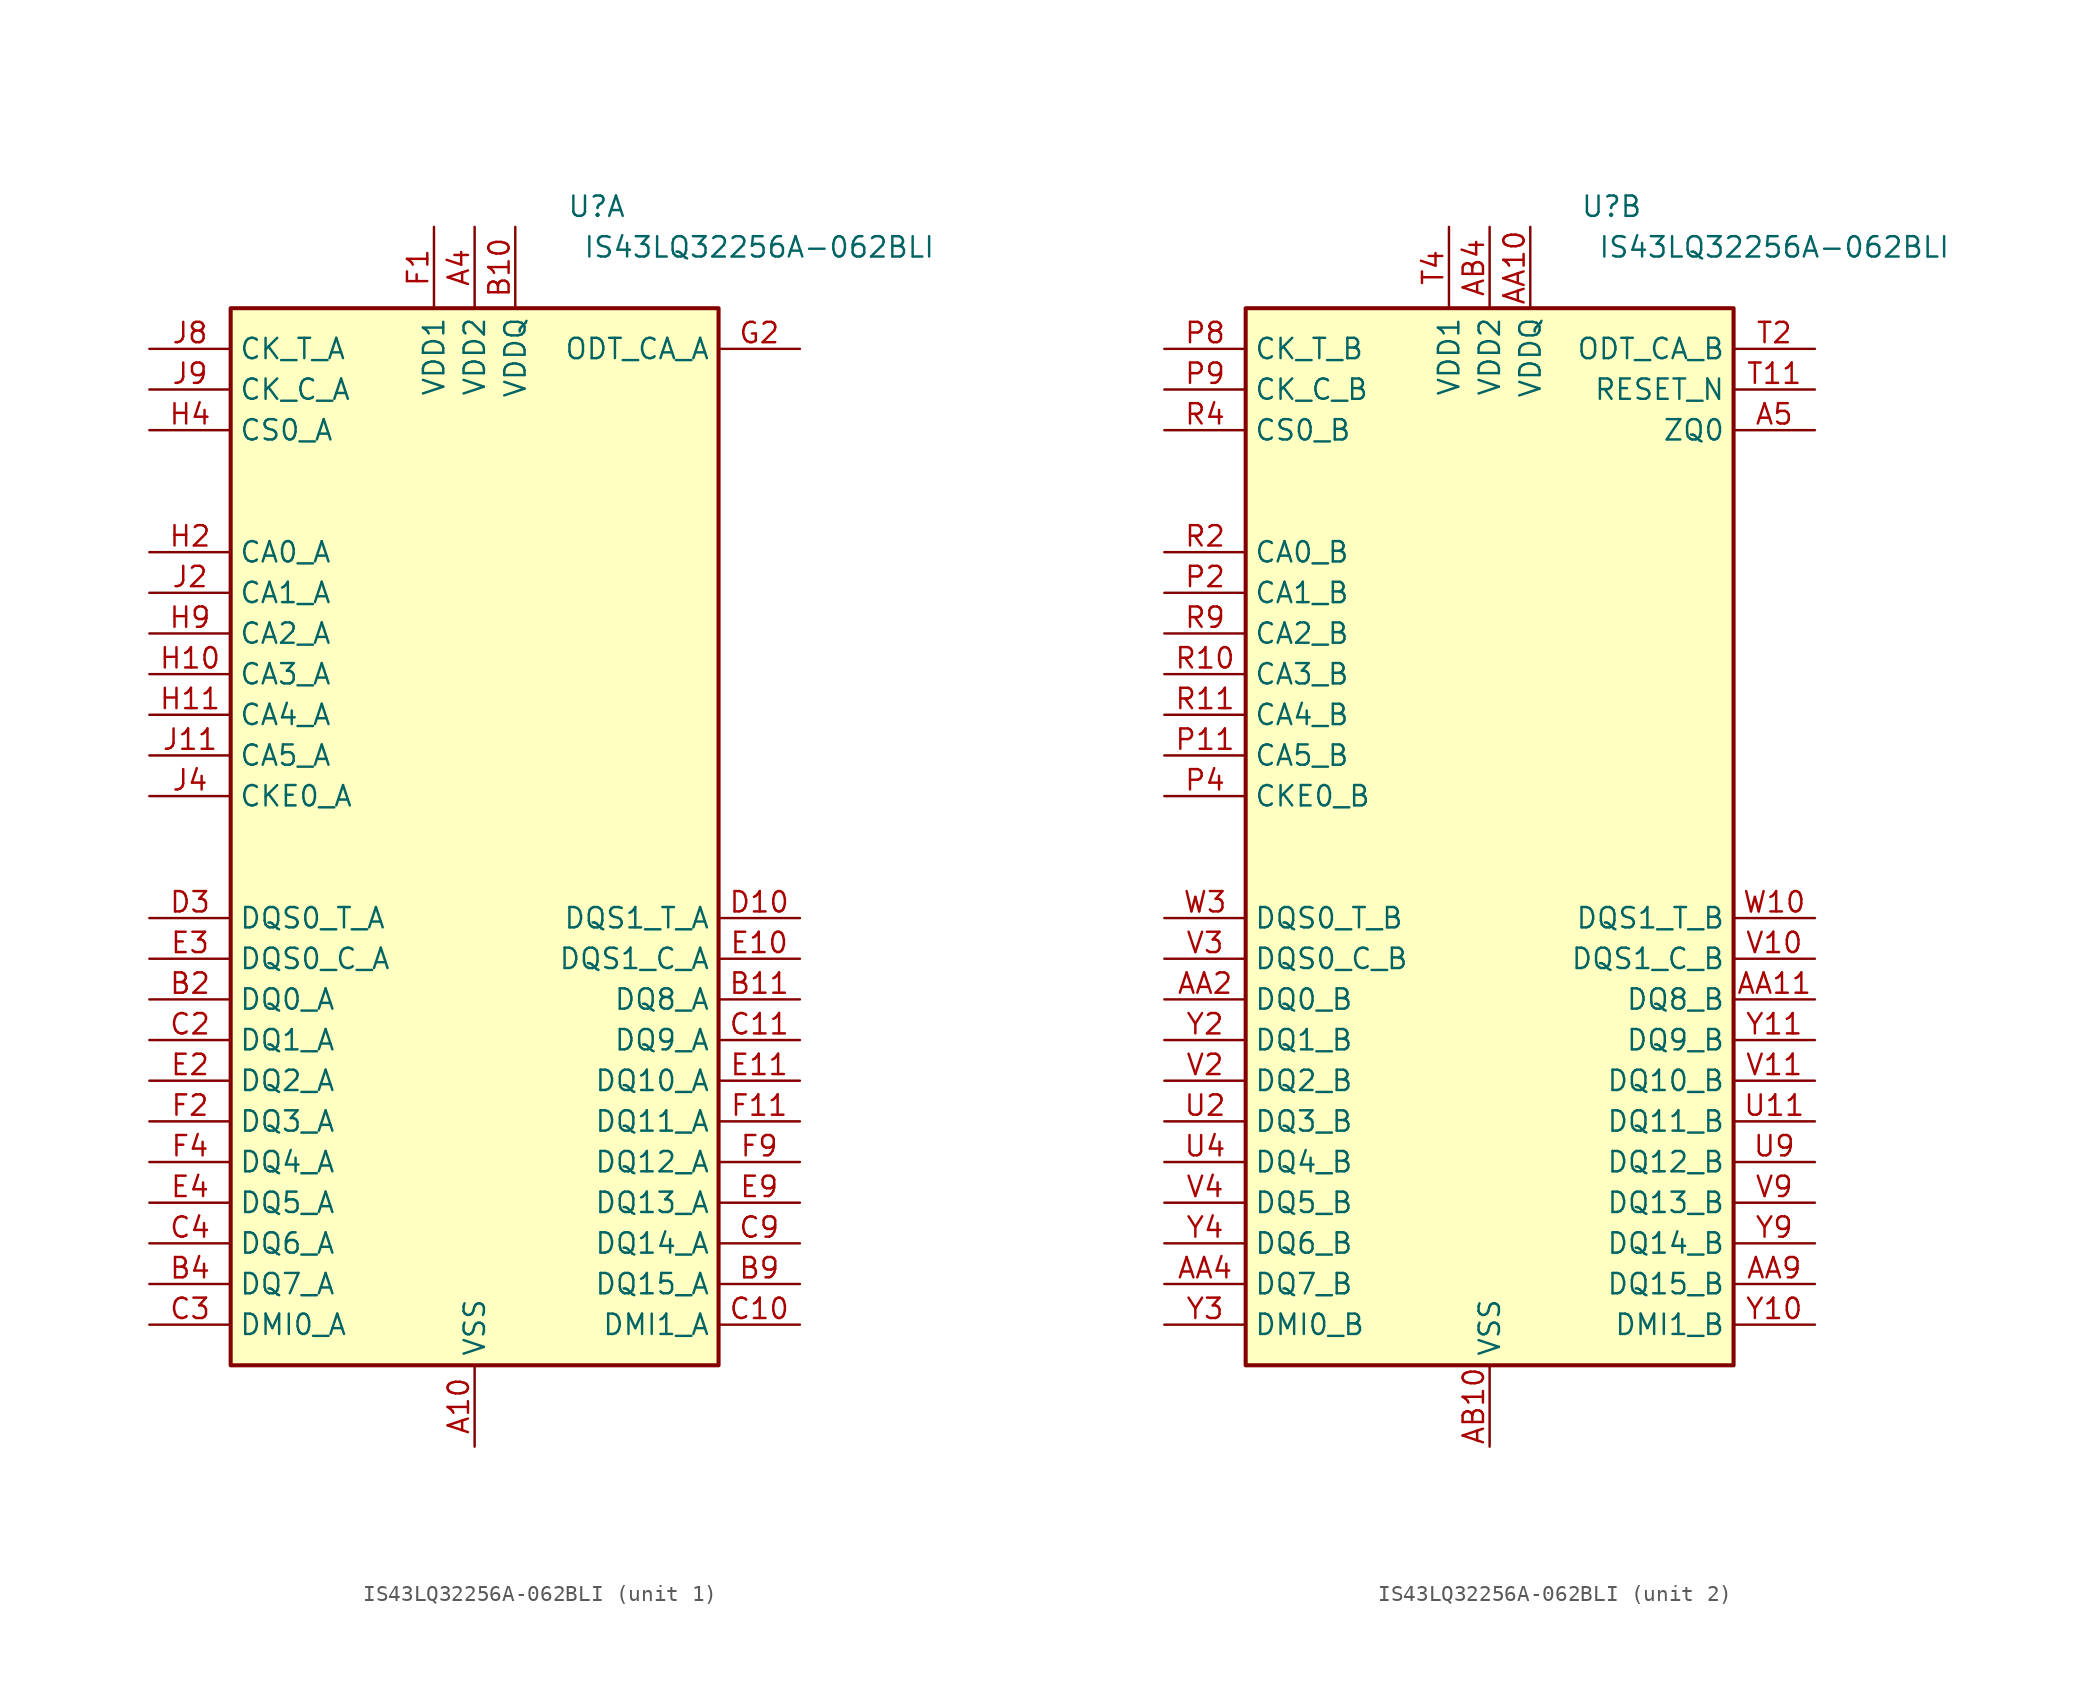
<source format=kicad_sym>
(kicad_symbol_lib
  (version 20211014)
  (generator kicad_symbol_editor)
  (symbol "IS43LQ32256A-062BLI"
    (property "Reference" "U"
      (at 7.62 39.37 0)
      (effects (font (size 1.27 1.27))))
    (property "Value" "IS43LQ32256A-062BLI"
      (at 17.78 36.83 0)
      (effects (font (size 1.27 1.27))))
    (property "ki_locked" ""
      (at 0 0 0)
      (effects (font (size 1.27 1.27))))
    (symbol "IS43LQ32256A-062BLI_1_0"
      (rectangle (start -15.24 -33.02) (end 15.24 33.02) (stroke (width 0.254) (type default) (color 0 0 0 0)) (fill (type background))))
    (symbol "IS43LQ32256A-062BLI_1_1"
      (pin no_connect line (at 15.24 12.7 180) (length 5.08) hide (name "DNU" (effects (font (size 1.27 1.27)))) (number "A1" (effects (font (size 1.27 1.27)))))
      (pin power_in line (at 0 -38.1 90) (length 5.08) (name "VSS" (effects (font (size 1.27 1.27)))) (number "A10" (effects (font (size 1.27 1.27)))))
      (pin no_connect line (at 15.24 7.62 180) (length 5.08) hide (name "DNU" (effects (font (size 1.27 1.27)))) (number "A11" (effects (font (size 1.27 1.27)))))
      (pin no_connect line (at 15.24 5.08 180) (length 5.08) hide (name "DNU" (effects (font (size 1.27 1.27)))) (number "A12" (effects (font (size 1.27 1.27)))))
      (pin no_connect line (at 15.24 10.16 180) (length 5.08) hide (name "DNU" (effects (font (size 1.27 1.27)))) (number "A2" (effects (font (size 1.27 1.27)))))
      (pin passive line (at 0 -38.1 90) (length 5.08) hide (name "VSS" (effects (font (size 1.27 1.27)))) (number "A3" (effects (font (size 1.27 1.27)))))
      (pin power_in line (at 0 38.1 270) (length 5.08) (name "VDD2" (effects (font (size 1.27 1.27)))) (number "A4" (effects (font (size 1.27 1.27)))))
      (pin passive line (at 0 38.1 270) (length 5.08) hide (name "VDD2" (effects (font (size 1.27 1.27)))) (number "A9" (effects (font (size 1.27 1.27)))))
      (pin no_connect line (at 15.24 2.54 180) (length 5.08) hide (name "DNU" (effects (font (size 1.27 1.27)))) (number "B1" (effects (font (size 1.27 1.27)))))
      (pin power_in line (at 2.54 38.1 270) (length 5.08) (name "VDDQ" (effects (font (size 1.27 1.27)))) (number "B10" (effects (font (size 1.27 1.27)))))
      (pin bidirectional line (at 20.32 -10.16 180) (length 5.08) (name "DQ8_A" (effects (font (size 1.27 1.27)))) (number "B11" (effects (font (size 1.27 1.27)))))
      (pin no_connect line (at 15.24 0 180) (length 5.08) hide (name "DNU" (effects (font (size 1.27 1.27)))) (number "B12" (effects (font (size 1.27 1.27)))))
      (pin bidirectional line (at -20.32 -10.16 0) (length 5.08) (name "DQ0_A" (effects (font (size 1.27 1.27)))) (number "B2" (effects (font (size 1.27 1.27)))))
      (pin passive line (at 2.54 38.1 270) (length 5.08) hide (name "VDDQ" (effects (font (size 1.27 1.27)))) (number "B3" (effects (font (size 1.27 1.27)))))
      (pin bidirectional line (at -20.32 -27.94 0) (length 5.08) (name "DQ7_A" (effects (font (size 1.27 1.27)))) (number "B4" (effects (font (size 1.27 1.27)))))
      (pin passive line (at 2.54 38.1 270) (length 5.08) hide (name "VDDQ" (effects (font (size 1.27 1.27)))) (number "B5" (effects (font (size 1.27 1.27)))))
      (pin passive line (at 2.54 38.1 270) (length 5.08) hide (name "VDDQ" (effects (font (size 1.27 1.27)))) (number "B8" (effects (font (size 1.27 1.27)))))
      (pin bidirectional line (at 20.32 -27.94 180) (length 5.08) (name "DQ15_A" (effects (font (size 1.27 1.27)))) (number "B9" (effects (font (size 1.27 1.27)))))
      (pin passive line (at 0 -38.1 90) (length 5.08) hide (name "VSS" (effects (font (size 1.27 1.27)))) (number "C1" (effects (font (size 1.27 1.27)))))
      (pin bidirectional line (at 20.32 -30.48 180) (length 5.08) (name "DMI1_A" (effects (font (size 1.27 1.27)))) (number "C10" (effects (font (size 1.27 1.27)))))
      (pin bidirectional line (at 20.32 -12.7 180) (length 5.08) (name "DQ9_A" (effects (font (size 1.27 1.27)))) (number "C11" (effects (font (size 1.27 1.27)))))
      (pin passive line (at 0 -38.1 90) (length 5.08) hide (name "VSS" (effects (font (size 1.27 1.27)))) (number "C12" (effects (font (size 1.27 1.27)))))
      (pin bidirectional line (at -20.32 -12.7 0) (length 5.08) (name "DQ1_A" (effects (font (size 1.27 1.27)))) (number "C2" (effects (font (size 1.27 1.27)))))
      (pin bidirectional line (at -20.32 -30.48 0) (length 5.08) (name "DMI0_A" (effects (font (size 1.27 1.27)))) (number "C3" (effects (font (size 1.27 1.27)))))
      (pin bidirectional line (at -20.32 -25.4 0) (length 5.08) (name "DQ6_A" (effects (font (size 1.27 1.27)))) (number "C4" (effects (font (size 1.27 1.27)))))
      (pin passive line (at 0 -38.1 90) (length 5.08) hide (name "VSS" (effects (font (size 1.27 1.27)))) (number "C5" (effects (font (size 1.27 1.27)))))
      (pin passive line (at 0 -38.1 90) (length 5.08) hide (name "VSS" (effects (font (size 1.27 1.27)))) (number "C8" (effects (font (size 1.27 1.27)))))
      (pin bidirectional line (at 20.32 -25.4 180) (length 5.08) (name "DQ14_A" (effects (font (size 1.27 1.27)))) (number "C9" (effects (font (size 1.27 1.27)))))
      (pin passive line (at 2.54 38.1 270) (length 5.08) hide (name "VDDQ" (effects (font (size 1.27 1.27)))) (number "D1" (effects (font (size 1.27 1.27)))))
      (pin bidirectional line (at 20.32 -5.08 180) (length 5.08) (name "DQS1_T_A" (effects (font (size 1.27 1.27)))) (number "D10" (effects (font (size 1.27 1.27)))))
      (pin passive line (at 0 -38.1 90) (length 5.08) hide (name "VSS" (effects (font (size 1.27 1.27)))) (number "D11" (effects (font (size 1.27 1.27)))))
      (pin passive line (at 2.54 38.1 270) (length 5.08) hide (name "VDDQ" (effects (font (size 1.27 1.27)))) (number "D12" (effects (font (size 1.27 1.27)))))
      (pin passive line (at 0 -38.1 90) (length 5.08) hide (name "VSS" (effects (font (size 1.27 1.27)))) (number "D2" (effects (font (size 1.27 1.27)))))
      (pin bidirectional line (at -20.32 -5.08 0) (length 5.08) (name "DQS0_T_A" (effects (font (size 1.27 1.27)))) (number "D3" (effects (font (size 1.27 1.27)))))
      (pin passive line (at 0 -38.1 90) (length 5.08) hide (name "VSS" (effects (font (size 1.27 1.27)))) (number "D4" (effects (font (size 1.27 1.27)))))
      (pin passive line (at 2.54 38.1 270) (length 5.08) hide (name "VDDQ" (effects (font (size 1.27 1.27)))) (number "D5" (effects (font (size 1.27 1.27)))))
      (pin passive line (at 2.54 38.1 270) (length 5.08) hide (name "VDDQ" (effects (font (size 1.27 1.27)))) (number "D8" (effects (font (size 1.27 1.27)))))
      (pin passive line (at 0 -38.1 90) (length 5.08) hide (name "VSS" (effects (font (size 1.27 1.27)))) (number "D9" (effects (font (size 1.27 1.27)))))
      (pin passive line (at 0 -38.1 90) (length 5.08) hide (name "VSS" (effects (font (size 1.27 1.27)))) (number "E1" (effects (font (size 1.27 1.27)))))
      (pin bidirectional line (at 20.32 -7.62 180) (length 5.08) (name "DQS1_C_A" (effects (font (size 1.27 1.27)))) (number "E10" (effects (font (size 1.27 1.27)))))
      (pin bidirectional line (at 20.32 -15.24 180) (length 5.08) (name "DQ10_A" (effects (font (size 1.27 1.27)))) (number "E11" (effects (font (size 1.27 1.27)))))
      (pin passive line (at 0 -38.1 90) (length 5.08) hide (name "VSS" (effects (font (size 1.27 1.27)))) (number "E12" (effects (font (size 1.27 1.27)))))
      (pin bidirectional line (at -20.32 -15.24 0) (length 5.08) (name "DQ2_A" (effects (font (size 1.27 1.27)))) (number "E2" (effects (font (size 1.27 1.27)))))
      (pin bidirectional line (at -20.32 -7.62 0) (length 5.08) (name "DQS0_C_A" (effects (font (size 1.27 1.27)))) (number "E3" (effects (font (size 1.27 1.27)))))
      (pin bidirectional line (at -20.32 -22.86 0) (length 5.08) (name "DQ5_A" (effects (font (size 1.27 1.27)))) (number "E4" (effects (font (size 1.27 1.27)))))
      (pin passive line (at 0 -38.1 90) (length 5.08) hide (name "VSS" (effects (font (size 1.27 1.27)))) (number "E5" (effects (font (size 1.27 1.27)))))
      (pin passive line (at 0 -38.1 90) (length 5.08) hide (name "VSS" (effects (font (size 1.27 1.27)))) (number "E8" (effects (font (size 1.27 1.27)))))
      (pin bidirectional line (at 20.32 -22.86 180) (length 5.08) (name "DQ13_A" (effects (font (size 1.27 1.27)))) (number "E9" (effects (font (size 1.27 1.27)))))
      (pin power_in line (at -2.54 38.1 270) (length 5.08) (name "VDD1" (effects (font (size 1.27 1.27)))) (number "F1" (effects (font (size 1.27 1.27)))))
      (pin passive line (at 2.54 38.1 270) (length 5.08) hide (name "VDDQ" (effects (font (size 1.27 1.27)))) (number "F10" (effects (font (size 1.27 1.27)))))
      (pin bidirectional line (at 20.32 -17.78 180) (length 5.08) (name "DQ11_A" (effects (font (size 1.27 1.27)))) (number "F11" (effects (font (size 1.27 1.27)))))
      (pin passive line (at -2.54 38.1 270) (length 5.08) hide (name "VDD1" (effects (font (size 1.27 1.27)))) (number "F12" (effects (font (size 1.27 1.27)))))
      (pin bidirectional line (at -20.32 -17.78 0) (length 5.08) (name "DQ3_A" (effects (font (size 1.27 1.27)))) (number "F2" (effects (font (size 1.27 1.27)))))
      (pin passive line (at 2.54 38.1 270) (length 5.08) hide (name "VDDQ" (effects (font (size 1.27 1.27)))) (number "F3" (effects (font (size 1.27 1.27)))))
      (pin bidirectional line (at -20.32 -20.32 0) (length 5.08) (name "DQ4_A" (effects (font (size 1.27 1.27)))) (number "F4" (effects (font (size 1.27 1.27)))))
      (pin passive line (at 0 38.1 270) (length 5.08) hide (name "VDD2" (effects (font (size 1.27 1.27)))) (number "F5" (effects (font (size 1.27 1.27)))))
      (pin passive line (at 0 38.1 270) (length 5.08) hide (name "VDD2" (effects (font (size 1.27 1.27)))) (number "F8" (effects (font (size 1.27 1.27)))))
      (pin bidirectional line (at 20.32 -20.32 180) (length 5.08) (name "DQ12_A" (effects (font (size 1.27 1.27)))) (number "F9" (effects (font (size 1.27 1.27)))))
      (pin passive line (at 0 -38.1 90) (length 5.08) hide (name "VSS" (effects (font (size 1.27 1.27)))) (number "G1" (effects (font (size 1.27 1.27)))))
      (pin passive line (at 0 -38.1 90) (length 5.08) hide (name "VSS" (effects (font (size 1.27 1.27)))) (number "G10" (effects (font (size 1.27 1.27)))))
      (pin passive line (at 0 -38.1 90) (length 5.08) hide (name "VSS" (effects (font (size 1.27 1.27)))) (number "G12" (effects (font (size 1.27 1.27)))))
      (pin input line (at 20.32 30.48 180) (length 5.08) (name "ODT_CA_A" (effects (font (size 1.27 1.27)))) (number "G2" (effects (font (size 1.27 1.27)))))
      (pin passive line (at 0 -38.1 90) (length 5.08) hide (name "VSS" (effects (font (size 1.27 1.27)))) (number "G3" (effects (font (size 1.27 1.27)))))
      (pin passive line (at -2.54 38.1 270) (length 5.08) hide (name "VDD1" (effects (font (size 1.27 1.27)))) (number "G4" (effects (font (size 1.27 1.27)))))
      (pin passive line (at 0 -38.1 90) (length 5.08) hide (name "VSS" (effects (font (size 1.27 1.27)))) (number "G5" (effects (font (size 1.27 1.27)))))
      (pin passive line (at 0 -38.1 90) (length 5.08) hide (name "VSS" (effects (font (size 1.27 1.27)))) (number "G8" (effects (font (size 1.27 1.27)))))
      (pin passive line (at -2.54 38.1 270) (length 5.08) hide (name "VDD1" (effects (font (size 1.27 1.27)))) (number "G9" (effects (font (size 1.27 1.27)))))
      (pin passive line (at 0 38.1 270) (length 5.08) hide (name "VDD2" (effects (font (size 1.27 1.27)))) (number "H1" (effects (font (size 1.27 1.27)))))
      (pin input line (at -20.32 10.16 0) (length 5.08) (name "CA3_A" (effects (font (size 1.27 1.27)))) (number "H10" (effects (font (size 1.27 1.27)))))
      (pin input line (at -20.32 7.62 0) (length 5.08) (name "CA4_A" (effects (font (size 1.27 1.27)))) (number "H11" (effects (font (size 1.27 1.27)))))
      (pin passive line (at 0 38.1 270) (length 5.08) hide (name "VDD2" (effects (font (size 1.27 1.27)))) (number "H12" (effects (font (size 1.27 1.27)))))
      (pin input line (at -20.32 17.78 0) (length 5.08) (name "CA0_A" (effects (font (size 1.27 1.27)))) (number "H2" (effects (font (size 1.27 1.27)))))
      (pin no_connect line (at -15.24 22.86 0) (length 5.08) hide (name "NC" (effects (font (size 1.27 1.27)))) (number "H3" (effects (font (size 1.27 1.27)))))
      (pin input line (at -20.32 25.4 0) (length 5.08) (name "CS0_A" (effects (font (size 1.27 1.27)))) (number "H4" (effects (font (size 1.27 1.27)))))
      (pin passive line (at 0 38.1 270) (length 5.08) hide (name "VDD2" (effects (font (size 1.27 1.27)))) (number "H5" (effects (font (size 1.27 1.27)))))
      (pin passive line (at 0 38.1 270) (length 5.08) hide (name "VDD2" (effects (font (size 1.27 1.27)))) (number "H8" (effects (font (size 1.27 1.27)))))
      (pin input line (at -20.32 12.7 0) (length 5.08) (name "CA2_A" (effects (font (size 1.27 1.27)))) (number "H9" (effects (font (size 1.27 1.27)))))
      (pin passive line (at 0 -38.1 90) (length 5.08) hide (name "VSS" (effects (font (size 1.27 1.27)))) (number "J1" (effects (font (size 1.27 1.27)))))
      (pin passive line (at 0 -38.1 90) (length 5.08) hide (name "VSS" (effects (font (size 1.27 1.27)))) (number "J10" (effects (font (size 1.27 1.27)))))
      (pin input line (at -20.32 5.08 0) (length 5.08) (name "CA5_A" (effects (font (size 1.27 1.27)))) (number "J11" (effects (font (size 1.27 1.27)))))
      (pin passive line (at 0 -38.1 90) (length 5.08) hide (name "VSS" (effects (font (size 1.27 1.27)))) (number "J12" (effects (font (size 1.27 1.27)))))
      (pin input line (at -20.32 15.24 0) (length 5.08) (name "CA1_A" (effects (font (size 1.27 1.27)))) (number "J2" (effects (font (size 1.27 1.27)))))
      (pin passive line (at 0 -38.1 90) (length 5.08) hide (name "VSS" (effects (font (size 1.27 1.27)))) (number "J3" (effects (font (size 1.27 1.27)))))
      (pin input line (at -20.32 2.54 0) (length 5.08) (name "CKE0_A" (effects (font (size 1.27 1.27)))) (number "J4" (effects (font (size 1.27 1.27)))))
      (pin no_connect line (at -15.24 0 0) (length 5.08) hide (name "NC" (effects (font (size 1.27 1.27)))) (number "J5" (effects (font (size 1.27 1.27)))))
      (pin input line (at -20.32 30.48 0) (length 5.08) (name "CK_T_A" (effects (font (size 1.27 1.27)))) (number "J8" (effects (font (size 1.27 1.27)))))
      (pin input line (at -20.32 27.94 0) (length 5.08) (name "CK_C_A" (effects (font (size 1.27 1.27)))) (number "J9" (effects (font (size 1.27 1.27)))))
      (pin passive line (at 0 38.1 270) (length 5.08) hide (name "VDD2" (effects (font (size 1.27 1.27)))) (number "K1" (effects (font (size 1.27 1.27)))))
      (pin passive line (at 0 38.1 270) (length 5.08) hide (name "VDD2" (effects (font (size 1.27 1.27)))) (number "K10" (effects (font (size 1.27 1.27)))))
      (pin passive line (at 0 -38.1 90) (length 5.08) hide (name "VSS" (effects (font (size 1.27 1.27)))) (number "K11" (effects (font (size 1.27 1.27)))))
      (pin passive line (at 0 38.1 270) (length 5.08) hide (name "VDD2" (effects (font (size 1.27 1.27)))) (number "K12" (effects (font (size 1.27 1.27)))))
      (pin passive line (at 0 -38.1 90) (length 5.08) hide (name "VSS" (effects (font (size 1.27 1.27)))) (number "K2" (effects (font (size 1.27 1.27)))))
      (pin passive line (at 0 38.1 270) (length 5.08) hide (name "VDD2" (effects (font (size 1.27 1.27)))) (number "K3" (effects (font (size 1.27 1.27)))))
      (pin passive line (at 0 -38.1 90) (length 5.08) hide (name "VSS" (effects (font (size 1.27 1.27)))) (number "K4" (effects (font (size 1.27 1.27)))))
      (pin no_connect line (at -15.24 20.32 0) (length 5.08) hide (name "NC" (effects (font (size 1.27 1.27)))) (number "K5" (effects (font (size 1.27 1.27)))))
      (pin no_connect line (at -15.24 -2.54 0) (length 5.08) hide (name "NC" (effects (font (size 1.27 1.27)))) (number "K8" (effects (font (size 1.27 1.27)))))
      (pin passive line (at 0 -38.1 90) (length 5.08) hide (name "VSS" (effects (font (size 1.27 1.27)))) (number "K9" (effects (font (size 1.27 1.27))))))
    (symbol "IS43LQ32256A-062BLI_2_0"
      (rectangle (start -15.24 -33.02) (end 15.24 33.02) (stroke (width 0.254) (type default) (color 0 0 0 0)) (fill (type background))))
    (symbol "IS43LQ32256A-062BLI_2_1"
      (pin input line (at 20.32 25.4 180) (length 5.08) (name "ZQ0" (effects (font (size 1.27 1.27)))) (number "A5" (effects (font (size 1.27 1.27)))))
      (pin no_connect line (at 15.24 22.86 180) (length 5.08) hide (name "NC" (effects (font (size 1.27 1.27)))) (number "A8" (effects (font (size 1.27 1.27)))))
      (pin no_connect line (at 15.24 12.7 180) (length 5.08) hide (name "DNU" (effects (font (size 1.27 1.27)))) (number "AA1" (effects (font (size 1.27 1.27)))))
      (pin power_in line (at 2.54 38.1 270) (length 5.08) (name "VDDQ" (effects (font (size 1.27 1.27)))) (number "AA10" (effects (font (size 1.27 1.27)))))
      (pin bidirectional line (at 20.32 -10.16 180) (length 5.08) (name "DQ8_B" (effects (font (size 1.27 1.27)))) (number "AA11" (effects (font (size 1.27 1.27)))))
      (pin no_connect line (at 15.24 10.16 180) (length 5.08) hide (name "DNU" (effects (font (size 1.27 1.27)))) (number "AA12" (effects (font (size 1.27 1.27)))))
      (pin bidirectional line (at -20.32 -10.16 0) (length 5.08) (name "DQ0_B" (effects (font (size 1.27 1.27)))) (number "AA2" (effects (font (size 1.27 1.27)))))
      (pin passive line (at 2.54 38.1 270) (length 5.08) hide (name "VDDQ" (effects (font (size 1.27 1.27)))) (number "AA3" (effects (font (size 1.27 1.27)))))
      (pin bidirectional line (at -20.32 -27.94 0) (length 5.08) (name "DQ7_B" (effects (font (size 1.27 1.27)))) (number "AA4" (effects (font (size 1.27 1.27)))))
      (pin passive line (at 2.54 38.1 270) (length 5.08) hide (name "VDDQ" (effects (font (size 1.27 1.27)))) (number "AA5" (effects (font (size 1.27 1.27)))))
      (pin passive line (at 2.54 38.1 270) (length 5.08) hide (name "VDDQ" (effects (font (size 1.27 1.27)))) (number "AA8" (effects (font (size 1.27 1.27)))))
      (pin bidirectional line (at 20.32 -27.94 180) (length 5.08) (name "DQ15_B" (effects (font (size 1.27 1.27)))) (number "AA9" (effects (font (size 1.27 1.27)))))
      (pin no_connect line (at 15.24 7.62 180) (length 5.08) hide (name "DNU" (effects (font (size 1.27 1.27)))) (number "AB1" (effects (font (size 1.27 1.27)))))
      (pin power_in line (at 0 -38.1 90) (length 5.08) (name "VSS" (effects (font (size 1.27 1.27)))) (number "AB10" (effects (font (size 1.27 1.27)))))
      (pin no_connect line (at 15.24 2.54 180) (length 5.08) hide (name "DNU" (effects (font (size 1.27 1.27)))) (number "AB11" (effects (font (size 1.27 1.27)))))
      (pin no_connect line (at 15.24 0 180) (length 5.08) hide (name "DNU" (effects (font (size 1.27 1.27)))) (number "AB12" (effects (font (size 1.27 1.27)))))
      (pin no_connect line (at 15.24 5.08 180) (length 5.08) hide (name "DNU" (effects (font (size 1.27 1.27)))) (number "AB2" (effects (font (size 1.27 1.27)))))
      (pin passive line (at 0 -38.1 90) (length 5.08) hide (name "VSS" (effects (font (size 1.27 1.27)))) (number "AB3" (effects (font (size 1.27 1.27)))))
      (pin power_in line (at 0 38.1 270) (length 5.08) (name "VDD2" (effects (font (size 1.27 1.27)))) (number "AB4" (effects (font (size 1.27 1.27)))))
      (pin passive line (at 0 -38.1 90) (length 5.08) hide (name "VSS" (effects (font (size 1.27 1.27)))) (number "AB5" (effects (font (size 1.27 1.27)))))
      (pin passive line (at 0 -38.1 90) (length 5.08) hide (name "VSS" (effects (font (size 1.27 1.27)))) (number "AB8" (effects (font (size 1.27 1.27)))))
      (pin passive line (at 0 38.1 270) (length 5.08) hide (name "VDD2" (effects (font (size 1.27 1.27)))) (number "AB9" (effects (font (size 1.27 1.27)))))
      (pin no_connect line (at 15.24 20.32 180) (length 5.08) hide (name "NC" (effects (font (size 1.27 1.27)))) (number "G11" (effects (font (size 1.27 1.27)))))
      (pin passive line (at 0 38.1 270) (length 5.08) hide (name "VDD2" (effects (font (size 1.27 1.27)))) (number "N1" (effects (font (size 1.27 1.27)))))
      (pin passive line (at 0 38.1 270) (length 5.08) hide (name "VDD2" (effects (font (size 1.27 1.27)))) (number "N10" (effects (font (size 1.27 1.27)))))
      (pin passive line (at 0 -38.1 90) (length 5.08) hide (name "VSS" (effects (font (size 1.27 1.27)))) (number "N11" (effects (font (size 1.27 1.27)))))
      (pin passive line (at 0 38.1 270) (length 5.08) hide (name "VDD2" (effects (font (size 1.27 1.27)))) (number "N12" (effects (font (size 1.27 1.27)))))
      (pin passive line (at 0 -38.1 90) (length 5.08) hide (name "VSS" (effects (font (size 1.27 1.27)))) (number "N2" (effects (font (size 1.27 1.27)))))
      (pin passive line (at 0 38.1 270) (length 5.08) hide (name "VDD2" (effects (font (size 1.27 1.27)))) (number "N3" (effects (font (size 1.27 1.27)))))
      (pin passive line (at 0 -38.1 90) (length 5.08) hide (name "VSS" (effects (font (size 1.27 1.27)))) (number "N4" (effects (font (size 1.27 1.27)))))
      (pin no_connect line (at -15.24 20.32 0) (length 5.08) hide (name "NC" (effects (font (size 1.27 1.27)))) (number "N5" (effects (font (size 1.27 1.27)))))
      (pin no_connect line (at -15.24 -2.54 0) (length 5.08) hide (name "NC" (effects (font (size 1.27 1.27)))) (number "N8" (effects (font (size 1.27 1.27)))))
      (pin passive line (at 0 -38.1 90) (length 5.08) hide (name "VSS" (effects (font (size 1.27 1.27)))) (number "N9" (effects (font (size 1.27 1.27)))))
      (pin passive line (at 0 -38.1 90) (length 5.08) hide (name "VSS" (effects (font (size 1.27 1.27)))) (number "P1" (effects (font (size 1.27 1.27)))))
      (pin passive line (at 0 -38.1 90) (length 5.08) hide (name "VSS" (effects (font (size 1.27 1.27)))) (number "P10" (effects (font (size 1.27 1.27)))))
      (pin input line (at -20.32 5.08 0) (length 5.08) (name "CA5_B" (effects (font (size 1.27 1.27)))) (number "P11" (effects (font (size 1.27 1.27)))))
      (pin passive line (at 0 -38.1 90) (length 5.08) hide (name "VSS" (effects (font (size 1.27 1.27)))) (number "P12" (effects (font (size 1.27 1.27)))))
      (pin input line (at -20.32 15.24 0) (length 5.08) (name "CA1_B" (effects (font (size 1.27 1.27)))) (number "P2" (effects (font (size 1.27 1.27)))))
      (pin passive line (at 0 -38.1 90) (length 5.08) hide (name "VSS" (effects (font (size 1.27 1.27)))) (number "P3" (effects (font (size 1.27 1.27)))))
      (pin input line (at -20.32 2.54 0) (length 5.08) (name "CKE0_B" (effects (font (size 1.27 1.27)))) (number "P4" (effects (font (size 1.27 1.27)))))
      (pin no_connect line (at -15.24 0 0) (length 5.08) hide (name "NC" (effects (font (size 1.27 1.27)))) (number "P5" (effects (font (size 1.27 1.27)))))
      (pin input line (at -20.32 30.48 0) (length 5.08) (name "CK_T_B" (effects (font (size 1.27 1.27)))) (number "P8" (effects (font (size 1.27 1.27)))))
      (pin input line (at -20.32 27.94 0) (length 5.08) (name "CK_C_B" (effects (font (size 1.27 1.27)))) (number "P9" (effects (font (size 1.27 1.27)))))
      (pin passive line (at 0 38.1 270) (length 5.08) hide (name "VDD2" (effects (font (size 1.27 1.27)))) (number "R1" (effects (font (size 1.27 1.27)))))
      (pin input line (at -20.32 10.16 0) (length 5.08) (name "CA3_B" (effects (font (size 1.27 1.27)))) (number "R10" (effects (font (size 1.27 1.27)))))
      (pin input line (at -20.32 7.62 0) (length 5.08) (name "CA4_B" (effects (font (size 1.27 1.27)))) (number "R11" (effects (font (size 1.27 1.27)))))
      (pin passive line (at 0 38.1 270) (length 5.08) hide (name "VDD2" (effects (font (size 1.27 1.27)))) (number "R12" (effects (font (size 1.27 1.27)))))
      (pin input line (at -20.32 17.78 0) (length 5.08) (name "CA0_B" (effects (font (size 1.27 1.27)))) (number "R2" (effects (font (size 1.27 1.27)))))
      (pin no_connect line (at -15.24 22.86 0) (length 5.08) hide (name "NC" (effects (font (size 1.27 1.27)))) (number "R3" (effects (font (size 1.27 1.27)))))
      (pin input line (at -20.32 25.4 0) (length 5.08) (name "CS0_B" (effects (font (size 1.27 1.27)))) (number "R4" (effects (font (size 1.27 1.27)))))
      (pin passive line (at 0 38.1 270) (length 5.08) hide (name "VDD2" (effects (font (size 1.27 1.27)))) (number "R5" (effects (font (size 1.27 1.27)))))
      (pin passive line (at 0 38.1 270) (length 5.08) hide (name "VDD2" (effects (font (size 1.27 1.27)))) (number "R8" (effects (font (size 1.27 1.27)))))
      (pin input line (at -20.32 12.7 0) (length 5.08) (name "CA2_B" (effects (font (size 1.27 1.27)))) (number "R9" (effects (font (size 1.27 1.27)))))
      (pin passive line (at 0 -38.1 90) (length 5.08) hide (name "VSS" (effects (font (size 1.27 1.27)))) (number "T1" (effects (font (size 1.27 1.27)))))
      (pin passive line (at 0 -38.1 90) (length 5.08) hide (name "VSS" (effects (font (size 1.27 1.27)))) (number "T10" (effects (font (size 1.27 1.27)))))
      (pin input line (at 20.32 27.94 180) (length 5.08) (name "RESET_N" (effects (font (size 1.27 1.27)))) (number "T11" (effects (font (size 1.27 1.27)))))
      (pin passive line (at 0 -38.1 90) (length 5.08) hide (name "VSS" (effects (font (size 1.27 1.27)))) (number "T12" (effects (font (size 1.27 1.27)))))
      (pin input line (at 20.32 30.48 180) (length 5.08) (name "ODT_CA_B" (effects (font (size 1.27 1.27)))) (number "T2" (effects (font (size 1.27 1.27)))))
      (pin passive line (at 0 -38.1 90) (length 5.08) hide (name "VSS" (effects (font (size 1.27 1.27)))) (number "T3" (effects (font (size 1.27 1.27)))))
      (pin power_in line (at -2.54 38.1 270) (length 5.08) (name "VDD1" (effects (font (size 1.27 1.27)))) (number "T4" (effects (font (size 1.27 1.27)))))
      (pin passive line (at 0 -38.1 90) (length 5.08) hide (name "VSS" (effects (font (size 1.27 1.27)))) (number "T5" (effects (font (size 1.27 1.27)))))
      (pin passive line (at 0 -38.1 90) (length 5.08) hide (name "VSS" (effects (font (size 1.27 1.27)))) (number "T8" (effects (font (size 1.27 1.27)))))
      (pin passive line (at -2.54 38.1 270) (length 5.08) hide (name "VDD1" (effects (font (size 1.27 1.27)))) (number "T9" (effects (font (size 1.27 1.27)))))
      (pin passive line (at -2.54 38.1 270) (length 5.08) hide (name "VDD1" (effects (font (size 1.27 1.27)))) (number "U1" (effects (font (size 1.27 1.27)))))
      (pin passive line (at 2.54 38.1 270) (length 5.08) hide (name "VDDQ" (effects (font (size 1.27 1.27)))) (number "U10" (effects (font (size 1.27 1.27)))))
      (pin bidirectional line (at 20.32 -17.78 180) (length 5.08) (name "DQ11_B" (effects (font (size 1.27 1.27)))) (number "U11" (effects (font (size 1.27 1.27)))))
      (pin passive line (at -2.54 38.1 270) (length 5.08) hide (name "VDD1" (effects (font (size 1.27 1.27)))) (number "U12" (effects (font (size 1.27 1.27)))))
      (pin bidirectional line (at -20.32 -17.78 0) (length 5.08) (name "DQ3_B" (effects (font (size 1.27 1.27)))) (number "U2" (effects (font (size 1.27 1.27)))))
      (pin passive line (at 2.54 38.1 270) (length 5.08) hide (name "VDDQ" (effects (font (size 1.27 1.27)))) (number "U3" (effects (font (size 1.27 1.27)))))
      (pin bidirectional line (at -20.32 -20.32 0) (length 5.08) (name "DQ4_B" (effects (font (size 1.27 1.27)))) (number "U4" (effects (font (size 1.27 1.27)))))
      (pin passive line (at 0 38.1 270) (length 5.08) hide (name "VDD2" (effects (font (size 1.27 1.27)))) (number "U5" (effects (font (size 1.27 1.27)))))
      (pin passive line (at 0 38.1 270) (length 5.08) hide (name "VDD2" (effects (font (size 1.27 1.27)))) (number "U8" (effects (font (size 1.27 1.27)))))
      (pin bidirectional line (at 20.32 -20.32 180) (length 5.08) (name "DQ12_B" (effects (font (size 1.27 1.27)))) (number "U9" (effects (font (size 1.27 1.27)))))
      (pin passive line (at 0 -38.1 90) (length 5.08) hide (name "VSS" (effects (font (size 1.27 1.27)))) (number "V1" (effects (font (size 1.27 1.27)))))
      (pin bidirectional line (at 20.32 -7.62 180) (length 5.08) (name "DQS1_C_B" (effects (font (size 1.27 1.27)))) (number "V10" (effects (font (size 1.27 1.27)))))
      (pin bidirectional line (at 20.32 -15.24 180) (length 5.08) (name "DQ10_B" (effects (font (size 1.27 1.27)))) (number "V11" (effects (font (size 1.27 1.27)))))
      (pin passive line (at 0 -38.1 90) (length 5.08) hide (name "VSS" (effects (font (size 1.27 1.27)))) (number "V12" (effects (font (size 1.27 1.27)))))
      (pin bidirectional line (at -20.32 -15.24 0) (length 5.08) (name "DQ2_B" (effects (font (size 1.27 1.27)))) (number "V2" (effects (font (size 1.27 1.27)))))
      (pin bidirectional line (at -20.32 -7.62 0) (length 5.08) (name "DQS0_C_B" (effects (font (size 1.27 1.27)))) (number "V3" (effects (font (size 1.27 1.27)))))
      (pin bidirectional line (at -20.32 -22.86 0) (length 5.08) (name "DQ5_B" (effects (font (size 1.27 1.27)))) (number "V4" (effects (font (size 1.27 1.27)))))
      (pin passive line (at 0 -38.1 90) (length 5.08) hide (name "VSS" (effects (font (size 1.27 1.27)))) (number "V5" (effects (font (size 1.27 1.27)))))
      (pin passive line (at 0 -38.1 90) (length 5.08) hide (name "VSS" (effects (font (size 1.27 1.27)))) (number "V8" (effects (font (size 1.27 1.27)))))
      (pin bidirectional line (at 20.32 -22.86 180) (length 5.08) (name "DQ13_B" (effects (font (size 1.27 1.27)))) (number "V9" (effects (font (size 1.27 1.27)))))
      (pin passive line (at 2.54 38.1 270) (length 5.08) hide (name "VDDQ" (effects (font (size 1.27 1.27)))) (number "W1" (effects (font (size 1.27 1.27)))))
      (pin bidirectional line (at 20.32 -5.08 180) (length 5.08) (name "DQS1_T_B" (effects (font (size 1.27 1.27)))) (number "W10" (effects (font (size 1.27 1.27)))))
      (pin passive line (at 0 -38.1 90) (length 5.08) hide (name "VSS" (effects (font (size 1.27 1.27)))) (number "W11" (effects (font (size 1.27 1.27)))))
      (pin passive line (at 2.54 38.1 270) (length 5.08) hide (name "VDDQ" (effects (font (size 1.27 1.27)))) (number "W12" (effects (font (size 1.27 1.27)))))
      (pin passive line (at 0 -38.1 90) (length 5.08) hide (name "VSS" (effects (font (size 1.27 1.27)))) (number "W2" (effects (font (size 1.27 1.27)))))
      (pin bidirectional line (at -20.32 -5.08 0) (length 5.08) (name "DQS0_T_B" (effects (font (size 1.27 1.27)))) (number "W3" (effects (font (size 1.27 1.27)))))
      (pin passive line (at 0 -38.1 90) (length 5.08) hide (name "VSS" (effects (font (size 1.27 1.27)))) (number "W4" (effects (font (size 1.27 1.27)))))
      (pin passive line (at 2.54 38.1 270) (length 5.08) hide (name "VDDQ" (effects (font (size 1.27 1.27)))) (number "W5" (effects (font (size 1.27 1.27)))))
      (pin passive line (at 2.54 38.1 270) (length 5.08) hide (name "VDDQ" (effects (font (size 1.27 1.27)))) (number "W8" (effects (font (size 1.27 1.27)))))
      (pin passive line (at 0 -38.1 90) (length 5.08) hide (name "VSS" (effects (font (size 1.27 1.27)))) (number "W9" (effects (font (size 1.27 1.27)))))
      (pin passive line (at 0 -38.1 90) (length 5.08) hide (name "VSS" (effects (font (size 1.27 1.27)))) (number "Y1" (effects (font (size 1.27 1.27)))))
      (pin bidirectional line (at 20.32 -30.48 180) (length 5.08) (name "DMI1_B" (effects (font (size 1.27 1.27)))) (number "Y10" (effects (font (size 1.27 1.27)))))
      (pin bidirectional line (at 20.32 -12.7 180) (length 5.08) (name "DQ9_B" (effects (font (size 1.27 1.27)))) (number "Y11" (effects (font (size 1.27 1.27)))))
      (pin passive line (at 0 -38.1 90) (length 5.08) hide (name "VSS" (effects (font (size 1.27 1.27)))) (number "Y12" (effects (font (size 1.27 1.27)))))
      (pin bidirectional line (at -20.32 -12.7 0) (length 5.08) (name "DQ1_B" (effects (font (size 1.27 1.27)))) (number "Y2" (effects (font (size 1.27 1.27)))))
      (pin bidirectional line (at -20.32 -30.48 0) (length 5.08) (name "DMI0_B" (effects (font (size 1.27 1.27)))) (number "Y3" (effects (font (size 1.27 1.27)))))
      (pin bidirectional line (at -20.32 -25.4 0) (length 5.08) (name "DQ6_B" (effects (font (size 1.27 1.27)))) (number "Y4" (effects (font (size 1.27 1.27)))))
      (pin passive line (at 0 -38.1 90) (length 5.08) hide (name "VSS" (effects (font (size 1.27 1.27)))) (number "Y5" (effects (font (size 1.27 1.27)))))
      (pin passive line (at 0 -38.1 90) (length 5.08) hide (name "VSS" (effects (font (size 1.27 1.27)))) (number "Y8" (effects (font (size 1.27 1.27)))))
      (pin bidirectional line (at 20.32 -25.4 180) (length 5.08) (name "DQ14_B" (effects (font (size 1.27 1.27)))) (number "Y9" (effects (font (size 1.27 1.27))))))))
</source>
